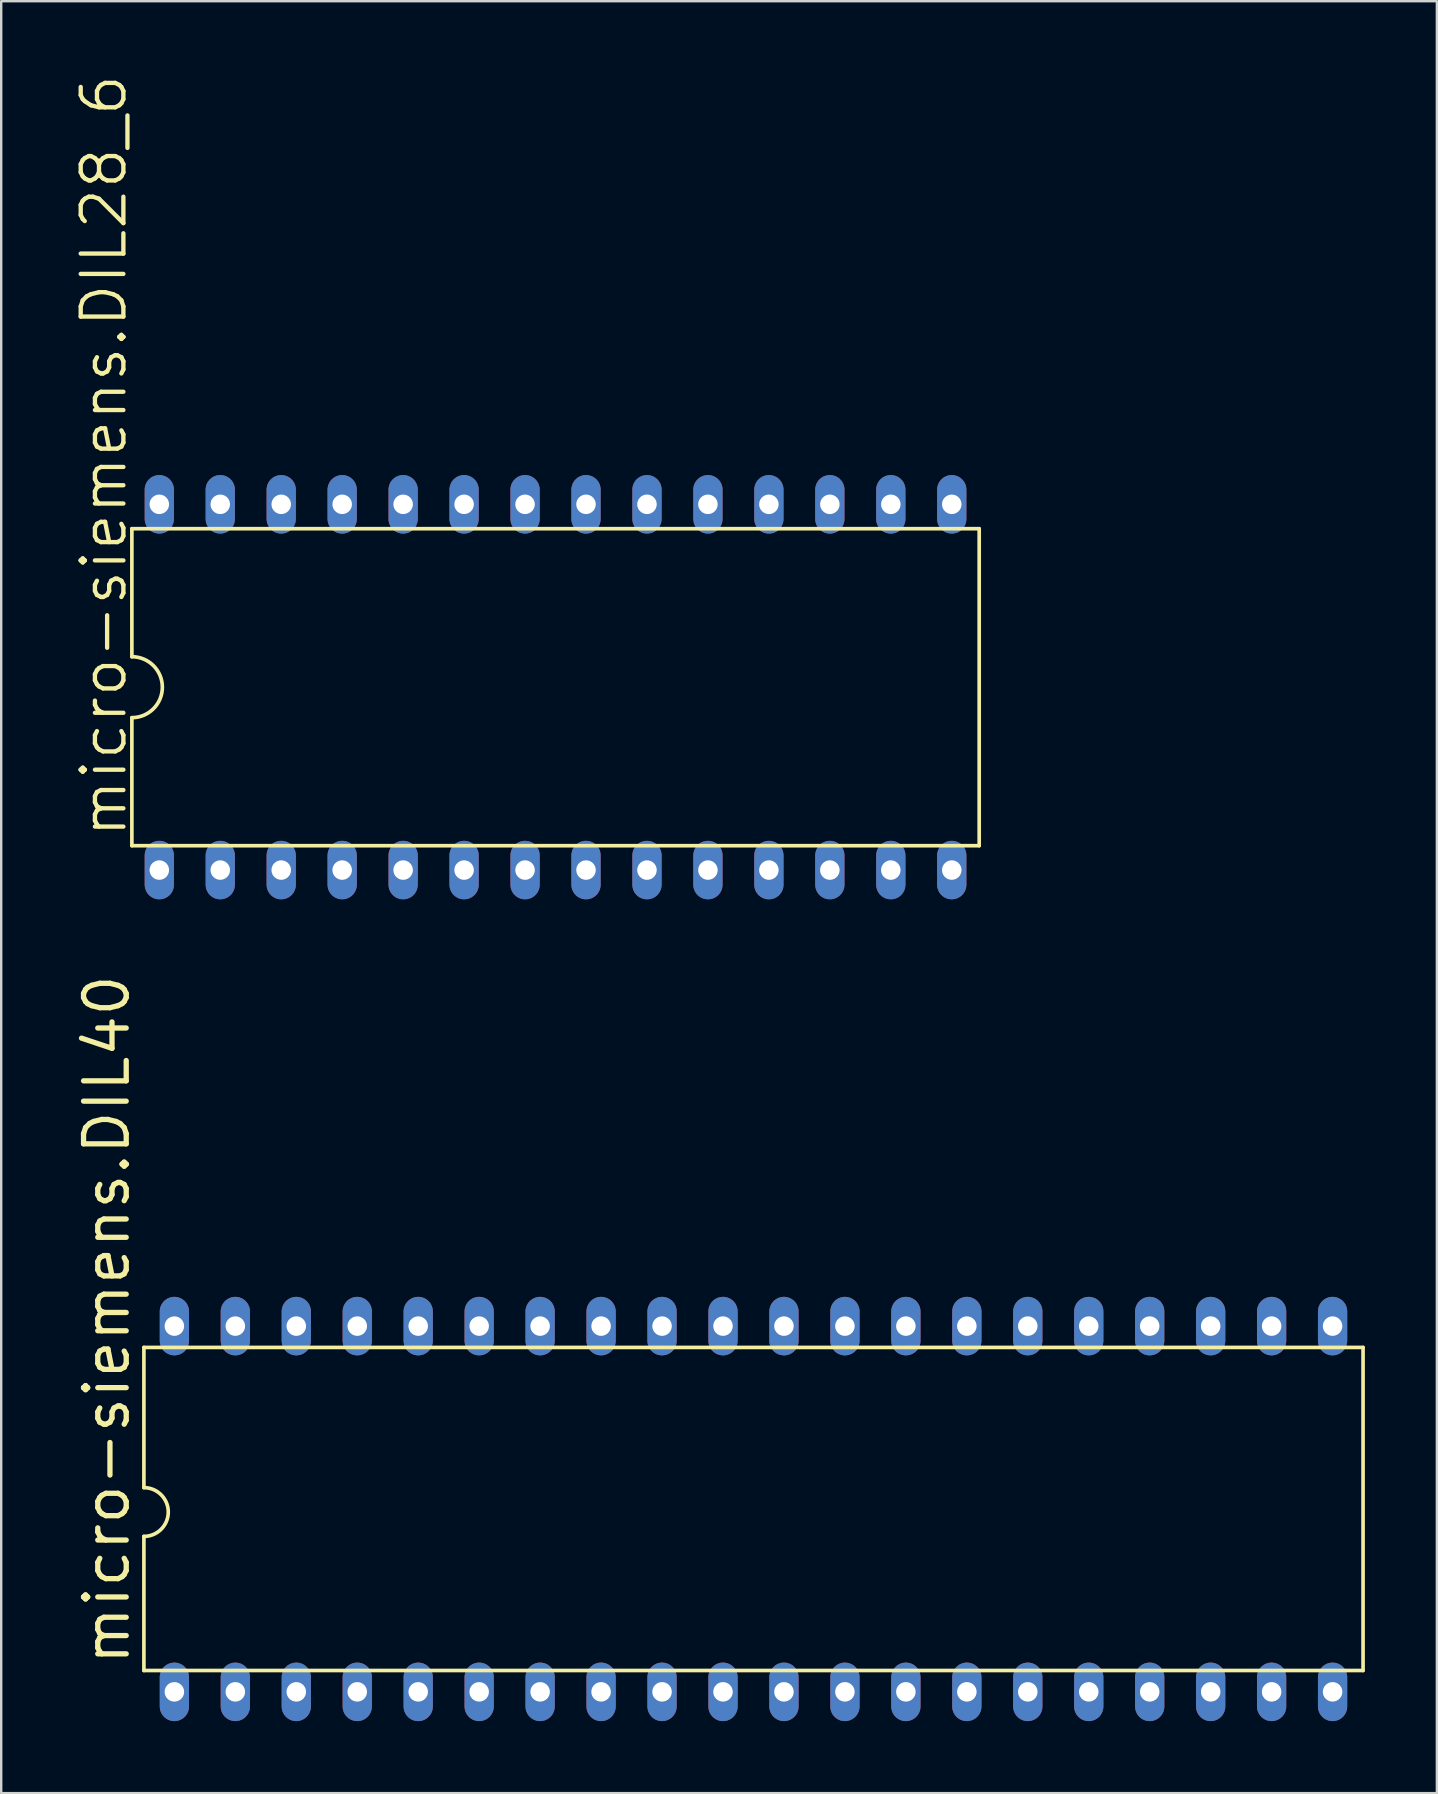
<source format=kicad_pcb>
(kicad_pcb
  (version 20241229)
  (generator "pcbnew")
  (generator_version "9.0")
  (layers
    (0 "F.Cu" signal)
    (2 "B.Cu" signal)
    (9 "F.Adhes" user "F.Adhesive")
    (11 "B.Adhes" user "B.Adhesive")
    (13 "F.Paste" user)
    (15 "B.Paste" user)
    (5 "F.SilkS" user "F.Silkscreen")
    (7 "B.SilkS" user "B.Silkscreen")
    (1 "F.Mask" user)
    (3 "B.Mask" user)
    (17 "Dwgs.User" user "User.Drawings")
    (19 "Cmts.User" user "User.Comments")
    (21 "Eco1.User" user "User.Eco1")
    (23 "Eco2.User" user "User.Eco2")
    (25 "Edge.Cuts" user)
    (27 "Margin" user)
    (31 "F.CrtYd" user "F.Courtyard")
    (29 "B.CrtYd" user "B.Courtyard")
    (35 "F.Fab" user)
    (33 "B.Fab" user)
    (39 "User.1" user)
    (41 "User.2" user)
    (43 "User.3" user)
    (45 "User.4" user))
  (footprint "micro-siemens.DIL28_6"
    (layer "F.Cu")
    (at 20.098 25.584)
    (property "Reference" "micro-siemens.DIL28_6" (at -17.78 6.35 90) (layer "F.SilkS") (effects (font (size 1.778 1.778) (thickness 0.18)) (justify left bottom)))
    (attr through_hole)
    (fp_line (start -17.653 -6.604) (end -17.653 -1.27) (stroke (width 0.152) (type default)) (layer "F.SilkS"))
    (fp_line (start -17.653 -6.604) (end 17.653 -6.604) (stroke (width 0.152) (type default)) (layer "F.SilkS"))
    (fp_line (start -17.653 1.27) (end -17.653 6.604) (stroke (width 0.152) (type default)) (layer "F.SilkS"))
    (fp_line (start -17.653 6.604) (end 17.653 6.604) (stroke (width 0.152) (type default)) (layer "F.SilkS"))
    (fp_line (start 17.653 6.604) (end 17.653 -6.604) (stroke (width 0.152) (type default)) (layer "F.SilkS"))
    (fp_arc (start -17.653 -1.27) (mid -16.383 0) (end -17.653 1.27) (stroke (width 0.1524) (type default)) (layer "F.SilkS"))
    (pad "1" thru_hole oval (at -16.51 7.62 90) (size 2.438 1.219) (drill 0.813) (layers "*.Cu" "*.Mask"))
    (pad "2" thru_hole oval (at -13.97 7.62 90) (size 2.438 1.219) (drill 0.813) (layers "*.Cu" "*.Mask"))
    (pad "3" thru_hole oval (at -11.43 7.62 90) (size 2.438 1.219) (drill 0.813) (layers "*.Cu" "*.Mask"))
    (pad "4" thru_hole oval (at -8.89 7.62 90) (size 2.438 1.219) (drill 0.813) (layers "*.Cu" "*.Mask"))
    (pad "5" thru_hole oval (at -6.35 7.62 90) (size 2.438 1.219) (drill 0.813) (layers "*.Cu" "*.Mask"))
    (pad "6" thru_hole oval (at -3.81 7.62 90) (size 2.438 1.219) (drill 0.813) (layers "*.Cu" "*.Mask"))
    (pad "7" thru_hole oval (at -1.27 7.62 90) (size 2.438 1.219) (drill 0.813) (layers "*.Cu" "*.Mask"))
    (pad "8" thru_hole oval (at 1.27 7.62 90) (size 2.438 1.219) (drill 0.813) (layers "*.Cu" "*.Mask"))
    (pad "9" thru_hole oval (at 3.81 7.62 90) (size 2.438 1.219) (drill 0.813) (layers "*.Cu" "*.Mask"))
    (pad "10" thru_hole oval (at 6.35 7.62 90) (size 2.438 1.219) (drill 0.813) (layers "*.Cu" "*.Mask"))
    (pad "11" thru_hole oval (at 8.89 7.62 90) (size 2.438 1.219) (drill 0.813) (layers "*.Cu" "*.Mask"))
    (pad "12" thru_hole oval (at 11.43 7.62 90) (size 2.438 1.219) (drill 0.813) (layers "*.Cu" "*.Mask"))
    (pad "13" thru_hole oval (at 13.97 7.62 90) (size 2.438 1.219) (drill 0.813) (layers "*.Cu" "*.Mask"))
    (pad "14" thru_hole oval (at 16.51 7.62 90) (size 2.438 1.219) (drill 0.813) (layers "*.Cu" "*.Mask"))
    (pad "15" thru_hole oval (at 16.51 -7.62 90) (size 2.438 1.219) (drill 0.813) (layers "*.Cu" "*.Mask"))
    (pad "16" thru_hole oval (at 13.97 -7.62 90) (size 2.438 1.219) (drill 0.813) (layers "*.Cu" "*.Mask"))
    (pad "17" thru_hole oval (at 11.43 -7.62 90) (size 2.438 1.219) (drill 0.813) (layers "*.Cu" "*.Mask"))
    (pad "18" thru_hole oval (at 8.89 -7.62 90) (size 2.438 1.219) (drill 0.813) (layers "*.Cu" "*.Mask"))
    (pad "19" thru_hole oval (at 6.35 -7.62 90) (size 2.438 1.219) (drill 0.813) (layers "*.Cu" "*.Mask"))
    (pad "20" thru_hole oval (at 3.81 -7.62 90) (size 2.438 1.219) (drill 0.813) (layers "*.Cu" "*.Mask"))
    (pad "21" thru_hole oval (at 1.27 -7.62 90) (size 2.438 1.219) (drill 0.813) (layers "*.Cu" "*.Mask"))
    (pad "22" thru_hole oval (at -1.27 -7.62 90) (size 2.438 1.219) (drill 0.813) (layers "*.Cu" "*.Mask"))
    (pad "23" thru_hole oval (at -3.81 -7.62 90) (size 2.438 1.219) (drill 0.813) (layers "*.Cu" "*.Mask"))
    (pad "24" thru_hole oval (at -6.35 -7.62 90) (size 2.438 1.219) (drill 0.813) (layers "*.Cu" "*.Mask"))
    (pad "25" thru_hole oval (at -8.89 -7.62 90) (size 2.438 1.219) (drill 0.813) (layers "*.Cu" "*.Mask"))
    (pad "26" thru_hole oval (at -11.43 -7.62 90) (size 2.438 1.219) (drill 0.813) (layers "*.Cu" "*.Mask"))
    (pad "27" thru_hole oval (at -13.97 -7.62 90) (size 2.438 1.219) (drill 0.813) (layers "*.Cu" "*.Mask"))
    (pad "28" thru_hole oval (at -16.51 -7.62 90) (size 2.438 1.219) (drill 0.813) (layers "*.Cu" "*.Mask")))
  (footprint "micro-siemens.DIL40"
    (layer "F.Cu")
    (at 28.346 59.826)
    (property "Reference" "micro-siemens.DIL40" (at -25.908 6.604 90) (layer "F.SilkS") (effects (font (size 1.778 1.778) (thickness 0.22)) (justify left bottom)))
    (attr through_hole)
    (fp_line (start -25.4 -6.731) (end -25.4 -0.889) (stroke (width 0.152) (type default)) (layer "F.SilkS"))
    (fp_line (start -25.4 6.731) (end -25.4 1.143) (stroke (width 0.152) (type default)) (layer "F.SilkS"))
    (fp_line (start -25.4 6.731) (end 25.4 6.731) (stroke (width 0.152) (type default)) (layer "F.SilkS"))
    (fp_line (start 25.4 -6.731) (end -25.4 -6.731) (stroke (width 0.152) (type default)) (layer "F.SilkS"))
    (fp_line (start 25.4 -6.731) (end 25.4 6.731) (stroke (width 0.152) (type default)) (layer "F.SilkS"))
    (fp_arc (start -25.4 -0.889) (mid -24.384 0.127) (end -25.4 1.143) (stroke (width 0.1524) (type default)) (layer "F.SilkS"))
    (pad "1" thru_hole oval (at -24.13 7.62 90) (size 2.438 1.219) (drill 0.813) (layers "*.Cu" "*.Mask"))
    (pad "2" thru_hole oval (at -21.59 7.62 90) (size 2.438 1.219) (drill 0.813) (layers "*.Cu" "*.Mask"))
    (pad "3" thru_hole oval (at -19.05 7.62 90) (size 2.438 1.219) (drill 0.813) (layers "*.Cu" "*.Mask"))
    (pad "4" thru_hole oval (at -16.51 7.62 90) (size 2.438 1.219) (drill 0.813) (layers "*.Cu" "*.Mask"))
    (pad "5" thru_hole oval (at -13.97 7.62 90) (size 2.438 1.219) (drill 0.813) (layers "*.Cu" "*.Mask"))
    (pad "6" thru_hole oval (at -11.43 7.62 90) (size 2.438 1.219) (drill 0.813) (layers "*.Cu" "*.Mask"))
    (pad "7" thru_hole oval (at -8.89 7.62 90) (size 2.438 1.219) (drill 0.813) (layers "*.Cu" "*.Mask"))
    (pad "8" thru_hole oval (at -6.35 7.62 90) (size 2.438 1.219) (drill 0.813) (layers "*.Cu" "*.Mask"))
    (pad "9" thru_hole oval (at -3.81 7.62 90) (size 2.438 1.219) (drill 0.813) (layers "*.Cu" "*.Mask"))
    (pad "10" thru_hole oval (at -1.27 7.62 90) (size 2.438 1.219) (drill 0.813) (layers "*.Cu" "*.Mask"))
    (pad "11" thru_hole oval (at 1.27 7.62 90) (size 2.438 1.219) (drill 0.813) (layers "*.Cu" "*.Mask"))
    (pad "12" thru_hole oval (at 3.81 7.62 90) (size 2.438 1.219) (drill 0.813) (layers "*.Cu" "*.Mask"))
    (pad "13" thru_hole oval (at 6.35 7.62 90) (size 2.438 1.219) (drill 0.813) (layers "*.Cu" "*.Mask"))
    (pad "14" thru_hole oval (at 8.89 7.62 90) (size 2.438 1.219) (drill 0.813) (layers "*.Cu" "*.Mask"))
    (pad "15" thru_hole oval (at 11.43 7.62 90) (size 2.438 1.219) (drill 0.813) (layers "*.Cu" "*.Mask"))
    (pad "16" thru_hole oval (at 13.97 7.62 90) (size 2.438 1.219) (drill 0.813) (layers "*.Cu" "*.Mask"))
    (pad "17" thru_hole oval (at 16.51 7.62 90) (size 2.438 1.219) (drill 0.813) (layers "*.Cu" "*.Mask"))
    (pad "18" thru_hole oval (at 19.05 7.62 90) (size 2.438 1.219) (drill 0.813) (layers "*.Cu" "*.Mask"))
    (pad "19" thru_hole oval (at 21.59 7.62 90) (size 2.438 1.219) (drill 0.813) (layers "*.Cu" "*.Mask"))
    (pad "20" thru_hole oval (at 24.13 7.62 90) (size 2.438 1.219) (drill 0.813) (layers "*.Cu" "*.Mask"))
    (pad "21" thru_hole oval (at 24.13 -7.62 90) (size 2.438 1.219) (drill 0.813) (layers "*.Cu" "*.Mask"))
    (pad "22" thru_hole oval (at 21.59 -7.62 90) (size 2.438 1.219) (drill 0.813) (layers "*.Cu" "*.Mask"))
    (pad "23" thru_hole oval (at 19.05 -7.62 90) (size 2.438 1.219) (drill 0.813) (layers "*.Cu" "*.Mask"))
    (pad "24" thru_hole oval (at 16.51 -7.62 90) (size 2.438 1.219) (drill 0.813) (layers "*.Cu" "*.Mask"))
    (pad "25" thru_hole oval (at 13.97 -7.62 90) (size 2.438 1.219) (drill 0.813) (layers "*.Cu" "*.Mask"))
    (pad "26" thru_hole oval (at 11.43 -7.62 90) (size 2.438 1.219) (drill 0.813) (layers "*.Cu" "*.Mask"))
    (pad "27" thru_hole oval (at 8.89 -7.62 90) (size 2.438 1.219) (drill 0.813) (layers "*.Cu" "*.Mask"))
    (pad "28" thru_hole oval (at 6.35 -7.62 90) (size 2.438 1.219) (drill 0.813) (layers "*.Cu" "*.Mask"))
    (pad "29" thru_hole oval (at 3.81 -7.62 90) (size 2.438 1.219) (drill 0.813) (layers "*.Cu" "*.Mask"))
    (pad "30" thru_hole oval (at 1.27 -7.62 90) (size 2.438 1.219) (drill 0.813) (layers "*.Cu" "*.Mask"))
    (pad "31" thru_hole oval (at -1.27 -7.62 90) (size 2.438 1.219) (drill 0.813) (layers "*.Cu" "*.Mask"))
    (pad "32" thru_hole oval (at -3.81 -7.62 90) (size 2.438 1.219) (drill 0.813) (layers "*.Cu" "*.Mask"))
    (pad "33" thru_hole oval (at -6.35 -7.62 90) (size 2.438 1.219) (drill 0.813) (layers "*.Cu" "*.Mask"))
    (pad "34" thru_hole oval (at -8.89 -7.62 90) (size 2.438 1.219) (drill 0.813) (layers "*.Cu" "*.Mask"))
    (pad "35" thru_hole oval (at -11.43 -7.62 90) (size 2.438 1.219) (drill 0.813) (layers "*.Cu" "*.Mask"))
    (pad "36" thru_hole oval (at -13.97 -7.62 90) (size 2.438 1.219) (drill 0.813) (layers "*.Cu" "*.Mask"))
    (pad "37" thru_hole oval (at -16.51 -7.62 90) (size 2.438 1.219) (drill 0.813) (layers "*.Cu" "*.Mask"))
    (pad "38" thru_hole oval (at -19.05 -7.62 90) (size 2.438 1.219) (drill 0.813) (layers "*.Cu" "*.Mask"))
    (pad "39" thru_hole oval (at -21.59 -7.62 90) (size 2.438 1.219) (drill 0.813) (layers "*.Cu" "*.Mask"))
    (pad "40" thru_hole oval (at -24.13 -7.62 90) (size 2.438 1.219) (drill 0.813) (layers "*.Cu" "*.Mask")))
  (gr_rect
    (start -3 -3)
    (end 56.822 71.665)
    (stroke (width 0.1) (type default))
    (fill no)
    (layer "Edge.Cuts")))
</source>
